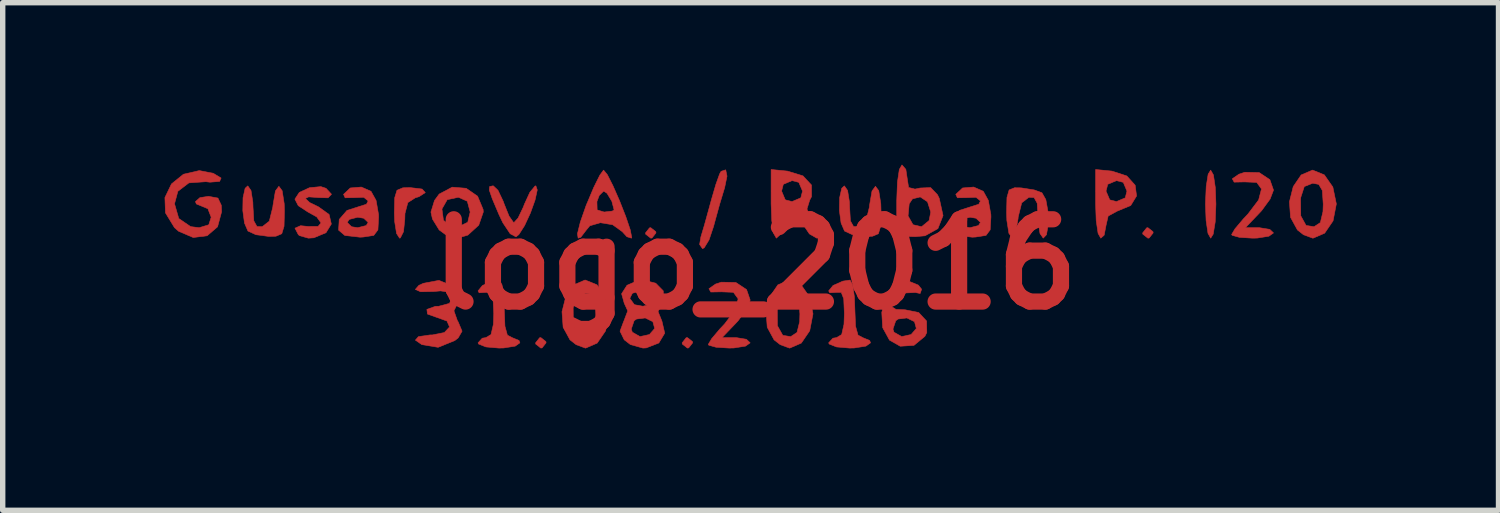
<source format=kicad_pcb>
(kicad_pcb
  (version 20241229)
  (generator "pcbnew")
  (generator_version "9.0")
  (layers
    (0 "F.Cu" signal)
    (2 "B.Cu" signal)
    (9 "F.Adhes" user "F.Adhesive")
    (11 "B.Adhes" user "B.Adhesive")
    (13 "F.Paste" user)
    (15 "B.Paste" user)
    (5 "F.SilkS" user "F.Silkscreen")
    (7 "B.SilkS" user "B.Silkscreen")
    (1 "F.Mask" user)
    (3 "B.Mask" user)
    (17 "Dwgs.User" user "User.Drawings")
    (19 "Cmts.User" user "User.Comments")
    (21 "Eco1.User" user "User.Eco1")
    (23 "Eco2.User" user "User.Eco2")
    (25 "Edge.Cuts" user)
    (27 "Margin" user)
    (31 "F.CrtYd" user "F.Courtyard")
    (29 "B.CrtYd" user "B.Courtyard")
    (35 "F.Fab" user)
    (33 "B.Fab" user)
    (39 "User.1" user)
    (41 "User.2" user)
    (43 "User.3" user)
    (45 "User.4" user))
  (footprint "logo_2016"
    (layer "F.Cu")
    (at 10.944 1.847)
    (property "Reference" "logo_2016" (at 0 0 0) (layer "F.Cu") (effects (font (size 1.524 1.524) (thickness 0.3))))
    (attr through_hole)
    (fp_poly (pts (xy -3.881 1.431) (xy -3.878 1.454) (xy -3.952 1.548) (xy -3.975 1.551) (xy -4.069 1.477) (xy -4.072 1.454) (xy -3.998 1.36) (xy -3.975 1.357) (xy -3.881 1.431)) (stroke (width 0.01) (type solid)) (fill yes) (layer "F.Cu"))
    (fp_poly (pts (xy -1.845 -0.605) (xy -1.842 -0.582) (xy -1.916 -0.488) (xy -1.939 -0.485) (xy -2.033 -0.559) (xy -2.036 -0.582) (xy -1.962 -0.676) (xy -1.939 -0.679) (xy -1.845 -0.605)) (stroke (width 0.01) (type solid)) (fill yes) (layer "F.Cu"))
    (fp_poly (pts (xy -1.166 1.431) (xy -1.163 1.454) (xy -1.237 1.548) (xy -1.26 1.551) (xy -1.354 1.477) (xy -1.357 1.454) (xy -1.283 1.36) (xy -1.26 1.357) (xy -1.166 1.431)) (stroke (width 0.01) (type solid)) (fill yes) (layer "F.Cu"))
    (fp_poly (pts (xy 7.365 -0.605) (xy 7.368 -0.582) (xy 7.294 -0.488) (xy 7.271 -0.485) (xy 7.177 -0.559) (xy 7.174 -0.582) (xy 7.248 -0.676) (xy 7.271 -0.679) (xy 7.365 -0.605)) (stroke (width 0.01) (type solid)) (fill yes) (layer "F.Cu"))
    (fp_poly (pts (xy 8.485 -1.656) (xy 8.52 -1.42) (xy 8.531 -1.115) (xy 8.518 -0.786) (xy 8.481 -0.56) (xy 8.434 -0.485) (xy 8.384 -0.574) (xy 8.349 -0.81) (xy 8.337 -1.115) (xy 8.351 -1.444) (xy 8.387 -1.67) (xy 8.434 -1.745) (xy 8.485 -1.656)) (stroke (width 0.01) (type solid)) (fill yes) (layer "F.Cu"))
    (fp_poly (pts (xy -6.175 -1.395) (xy -6.115 -1.33) (xy -6.231 -1.254) (xy -6.302 -1.232) (xy -6.439 -1.144) (xy -6.492 -0.942) (xy -6.495 -0.833) (xy -6.519 -0.605) (xy -6.578 -0.489) (xy -6.592 -0.485) (xy -6.648 -0.572) (xy -6.683 -0.794) (xy -6.689 -0.953) (xy -6.682 -1.234) (xy -6.64 -1.372) (xy -6.532 -1.418) (xy -6.398 -1.422) (xy -6.175 -1.395)) (stroke (width 0.01) (type solid)) (fill yes) (layer "F.Cu"))
    (fp_poly (pts (xy -0.526 -1.634) (xy -0.572 -1.411) (xy -0.577 -1.397) (xy -0.662 -1.116) (xy -0.755 -0.778) (xy -0.775 -0.703) (xy -0.859 -0.453) (xy -0.948 -0.307) (xy -0.98 -0.291) (xy -1.034 -0.368) (xy -1.01 -0.509) (xy -0.943 -0.733) (xy -0.856 -1.048) (xy -0.815 -1.198) (xy -0.733 -1.479) (xy -0.663 -1.675) (xy -0.636 -1.723) (xy -0.55 -1.751) (xy -0.526 -1.634)) (stroke (width 0.01) (type solid)) (fill yes) (layer "F.Cu"))
    (fp_poly (pts (xy -9.344 -1.368) (xy -9.31 -1.153) (xy -9.307 -1.059) (xy -9.292 -0.806) (xy -9.234 -0.701) (xy -9.137 -0.697) (xy -9.005 -0.8) (xy -8.94 -1.062) (xy -8.937 -1.091) (xy -8.892 -1.359) (xy -8.828 -1.446) (xy -8.767 -1.364) (xy -8.729 -1.123) (xy -8.725 -0.986) (xy -8.732 -0.705) (xy -8.774 -0.567) (xy -8.882 -0.521) (xy -9.013 -0.517) (xy -9.253 -0.549) (xy -9.401 -0.617) (xy -9.465 -0.765) (xy -9.496 -0.995) (xy -9.492 -1.234) (xy -9.453 -1.409) (xy -9.404 -1.454) (xy -9.344 -1.368)) (stroke (width 0.01) (type solid)) (fill yes) (layer "F.Cu"))
    (fp_poly (pts (xy 1.708 -1.368) (xy 1.742 -1.153) (xy 1.745 -1.059) (xy 1.76 -0.806) (xy 1.818 -0.701) (xy 1.915 -0.697) (xy 2.047 -0.8) (xy 2.112 -1.062) (xy 2.114 -1.091) (xy 2.16 -1.359) (xy 2.224 -1.446) (xy 2.285 -1.364) (xy 2.323 -1.123) (xy 2.327 -0.986) (xy 2.32 -0.705) (xy 2.278 -0.567) (xy 2.17 -0.521) (xy 2.039 -0.517) (xy 1.798 -0.549) (xy 1.651 -0.617) (xy 1.587 -0.765) (xy 1.556 -0.995) (xy 1.56 -1.234) (xy 1.599 -1.409) (xy 1.648 -1.454) (xy 1.708 -1.368)) (stroke (width 0.01) (type solid)) (fill yes) (layer "F.Cu"))
    (fp_poly (pts (xy 4.92 -1.417) (xy 5.164 -1.379) (xy 5.308 -1.326) (xy 5.38 -1.199) (xy 5.42 -0.978) (xy 5.425 -0.737) (xy 5.392 -0.549) (xy 5.332 -0.485) (xy 5.272 -0.571) (xy 5.238 -0.786) (xy 5.235 -0.88) (xy 5.22 -1.133) (xy 5.162 -1.237) (xy 5.065 -1.242) (xy 4.933 -1.139) (xy 4.868 -0.877) (xy 4.866 -0.847) (xy 4.82 -0.58) (xy 4.757 -0.493) (xy 4.696 -0.574) (xy 4.658 -0.813) (xy 4.653 -0.958) (xy 4.66 -1.24) (xy 4.7 -1.378) (xy 4.801 -1.419) (xy 4.92 -1.417)) (stroke (width 0.01) (type solid)) (fill yes) (layer "F.Cu"))
    (fp_poly (pts (xy -5.359 -1.409) (xy -5.147 -1.263) (xy -5.044 -1.017) (xy -5.041 -0.969) (xy -5.125 -0.726) (xy -5.328 -0.541) (xy -5.526 -0.485) (xy -5.739 -0.55) (xy -5.858 -0.637) (xy -5.983 -0.84) (xy -6.011 -0.969) (xy -5.993 -1.026) (xy -5.807 -1.026) (xy -5.779 -0.817) (xy -5.643 -0.704) (xy -5.502 -0.696) (xy -5.329 -0.78) (xy -5.284 -0.969) (xy -5.337 -1.169) (xy -5.502 -1.243) (xy -5.709 -1.198) (xy -5.807 -1.026) (xy -5.993 -1.026) (xy -5.945 -1.183) (xy -5.858 -1.302) (xy -5.617 -1.43) (xy -5.359 -1.409)) (stroke (width 0.01) (type solid)) (fill yes) (layer "F.Cu"))
    (fp_poly (pts (xy -4.041 -1.378) (xy -4.082 -1.191) (xy -4.168 -0.951) (xy -4.276 -0.718) (xy -4.382 -0.552) (xy -4.435 -0.509) (xy -4.543 -0.567) (xy -4.679 -0.771) (xy -4.75 -0.921) (xy -4.875 -1.216) (xy -4.93 -1.376) (xy -4.924 -1.441) (xy -4.865 -1.454) (xy -4.855 -1.454) (xy -4.769 -1.372) (xy -4.672 -1.168) (xy -4.653 -1.115) (xy -4.564 -0.894) (xy -4.484 -0.78) (xy -4.471 -0.776) (xy -4.397 -0.857) (xy -4.3 -1.059) (xy -4.279 -1.115) (xy -4.178 -1.335) (xy -4.083 -1.45) (xy -4.067 -1.454) (xy -4.041 -1.378)) (stroke (width 0.01) (type solid)) (fill yes) (layer "F.Cu"))
    (fp_poly (pts (xy 6.607 -1.727) (xy 6.881 -1.637) (xy 7.035 -1.466) (xy 7.061 -1.267) (xy 6.953 -1.09) (xy 6.705 -0.987) (xy 6.704 -0.987) (xy 6.535 -0.895) (xy 6.495 -0.72) (xy 6.461 -0.541) (xy 6.398 -0.485) (xy 6.348 -0.574) (xy 6.313 -0.81) (xy 6.302 -1.121) (xy 6.302 -1.357) (xy 6.495 -1.357) (xy 6.564 -1.195) (xy 6.689 -1.163) (xy 6.851 -1.232) (xy 6.883 -1.357) (xy 6.815 -1.519) (xy 6.689 -1.551) (xy 6.527 -1.483) (xy 6.495 -1.357) (xy 6.302 -1.357) (xy 6.302 -1.757) (xy 6.607 -1.727)) (stroke (width 0.01) (type solid)) (fill yes) (layer "F.Cu"))
    (fp_poly (pts (xy -7.955 -1.409) (xy -7.853 -1.299) (xy -7.917 -1.232) (xy -8.095 -1.237) (xy -8.275 -1.25) (xy -8.337 -1.221) (xy -8.258 -1.145) (xy -8.095 -1.066) (xy -7.897 -0.924) (xy -7.856 -0.747) (xy -7.955 -0.586) (xy -8.18 -0.492) (xy -8.281 -0.485) (xy -8.443 -0.531) (xy -8.467 -0.549) (xy -8.53 -0.67) (xy -8.426 -0.716) (xy -8.289 -0.702) (xy -8.101 -0.703) (xy -8.047 -0.767) (xy -8.127 -0.879) (xy -8.289 -0.969) (xy -8.469 -1.087) (xy -8.531 -1.208) (xy -8.449 -1.333) (xy -8.26 -1.42) (xy -8.05 -1.44) (xy -7.955 -1.409)) (stroke (width 0.01) (type solid)) (fill yes) (layer "F.Cu"))
    (fp_poly (pts (xy -4.694 0.379) (xy -4.661 0.605) (xy -4.653 0.824) (xy -4.64 1.146) (xy -4.595 1.311) (xy -4.508 1.357) (xy -4.379 1.41) (xy -4.363 1.454) (xy -4.449 1.515) (xy -4.663 1.549) (xy -4.75 1.551) (xy -4.993 1.53) (xy -5.128 1.476) (xy -5.138 1.454) (xy -5.06 1.368) (xy -4.993 1.357) (xy -4.898 1.301) (xy -4.854 1.111) (xy -4.847 0.911) (xy -4.86 0.637) (xy -4.906 0.52) (xy -4.993 0.52) (xy -5.118 0.527) (xy -5.138 0.492) (xy -5.057 0.392) (xy -4.877 0.311) (xy -4.742 0.291) (xy -4.694 0.379)) (stroke (width 0.01) (type solid)) (fill yes) (layer "F.Cu"))
    (fp_poly (pts (xy -0.362 0.336) (xy -0.164 0.467) (xy -0.097 0.661) (xy -0.16 0.826) (xy -0.316 1.04) (xy -0.357 1.085) (xy -0.618 1.357) (xy -0.357 1.357) (xy -0.167 1.388) (xy -0.097 1.454) (xy -0.183 1.515) (xy -0.398 1.549) (xy -0.485 1.551) (xy -0.728 1.536) (xy -0.863 1.498) (xy -0.873 1.483) (xy -0.811 1.378) (xy -0.655 1.193) (xy -0.569 1.102) (xy -0.373 0.843) (xy -0.32 0.639) (xy -0.407 0.518) (xy -0.631 0.509) (xy -0.826 0.513) (xy -0.861 0.451) (xy -0.738 0.365) (xy -0.629 0.33) (xy -0.362 0.336)) (stroke (width 0.01) (type solid)) (fill yes) (layer "F.Cu"))
    (fp_poly (pts (xy 1.802 0.379) (xy 1.834 0.605) (xy 1.842 0.824) (xy 1.855 1.146) (xy 1.901 1.311) (xy 1.987 1.357) (xy 2.116 1.41) (xy 2.133 1.454) (xy 2.047 1.515) (xy 1.832 1.549) (xy 1.745 1.551) (xy 1.502 1.53) (xy 1.367 1.476) (xy 1.357 1.454) (xy 1.436 1.368) (xy 1.503 1.357) (xy 1.598 1.301) (xy 1.641 1.111) (xy 1.648 0.911) (xy 1.636 0.637) (xy 1.59 0.52) (xy 1.503 0.52) (xy 1.378 0.527) (xy 1.357 0.492) (xy 1.438 0.392) (xy 1.619 0.311) (xy 1.753 0.291) (xy 1.802 0.379)) (stroke (width 0.01) (type solid)) (fill yes) (layer "F.Cu"))
    (fp_poly (pts (xy 9.333 -1.7) (xy 9.53 -1.569) (xy 9.598 -1.375) (xy 9.535 -1.21) (xy 9.378 -0.995) (xy 9.337 -0.951) (xy 9.077 -0.679) (xy 9.337 -0.679) (xy 9.528 -0.648) (xy 9.598 -0.582) (xy 9.512 -0.521) (xy 9.297 -0.487) (xy 9.21 -0.485) (xy 8.967 -0.5) (xy 8.832 -0.538) (xy 8.822 -0.553) (xy 8.884 -0.658) (xy 9.04 -0.843) (xy 9.126 -0.934) (xy 9.322 -1.193) (xy 9.375 -1.397) (xy 9.287 -1.518) (xy 9.063 -1.527) (xy 8.869 -1.523) (xy 8.834 -1.585) (xy 8.957 -1.67) (xy 9.066 -1.706) (xy 9.333 -1.7)) (stroke (width 0.01) (type solid)) (fill yes) (layer "F.Cu"))
    (fp_poly (pts (xy 2.787 -1.759) (xy 2.811 -1.598) (xy 2.838 -1.424) (xy 2.956 -1.394) (xy 3.051 -1.414) (xy 3.246 -1.422) (xy 3.372 -1.291) (xy 3.406 -1.222) (xy 3.476 -0.903) (xy 3.381 -0.662) (xy 3.142 -0.529) (xy 2.963 -0.513) (xy 2.618 -0.523) (xy 2.618 -0.897) (xy 2.828 -0.897) (xy 2.92 -0.734) (xy 3.078 -0.697) (xy 3.218 -0.812) (xy 3.248 -0.969) (xy 3.188 -1.159) (xy 3.053 -1.249) (xy 2.91 -1.213) (xy 2.849 -1.122) (xy 2.828 -0.897) (xy 2.618 -0.897) (xy 2.618 -1.183) (xy 2.631 -1.523) (xy 2.666 -1.758) (xy 2.715 -1.842) (xy 2.787 -1.759)) (stroke (width 0.01) (type solid)) (fill yes) (layer "F.Cu"))
    (fp_poly (pts (xy -2.936 0.378) (xy -2.778 0.603) (xy -2.715 0.912) (xy -2.715 0.921) (xy -2.775 1.231) (xy -2.931 1.459) (xy -3.144 1.551) (xy -3.151 1.551) (xy -3.321 1.488) (xy -3.435 1.399) (xy -3.562 1.165) (xy -3.583 0.877) (xy -3.565 0.808) (xy -3.376 0.808) (xy -3.373 1.138) (xy -3.274 1.315) (xy -3.127 1.339) (xy -3.01 1.261) (xy -2.961 1.06) (xy -2.957 0.92) (xy -2.973 0.666) (xy -3.039 0.555) (xy -3.151 0.533) (xy -3.307 0.595) (xy -3.376 0.805) (xy -3.376 0.808) (xy -3.565 0.808) (xy -3.512 0.596) (xy -3.365 0.38) (xy -3.158 0.291) (xy -3.151 0.291) (xy -2.936 0.378)) (stroke (width 0.01) (type solid)) (fill yes) (layer "F.Cu"))
    (fp_poly (pts (xy 0.845 0.378) (xy 1.003 0.603) (xy 1.066 0.912) (xy 1.066 0.921) (xy 1.006 1.231) (xy 0.85 1.459) (xy 0.637 1.551) (xy 0.63 1.551) (xy 0.46 1.488) (xy 0.346 1.399) (xy 0.219 1.165) (xy 0.198 0.877) (xy 0.215 0.808) (xy 0.405 0.808) (xy 0.408 1.138) (xy 0.507 1.315) (xy 0.654 1.339) (xy 0.771 1.261) (xy 0.82 1.06) (xy 0.824 0.92) (xy 0.808 0.666) (xy 0.742 0.555) (xy 0.63 0.533) (xy 0.474 0.595) (xy 0.405 0.805) (xy 0.405 0.808) (xy 0.215 0.808) (xy 0.269 0.596) (xy 0.416 0.38) (xy 0.623 0.291) (xy 0.63 0.291) (xy 0.845 0.378)) (stroke (width 0.01) (type solid)) (fill yes) (layer "F.Cu"))
    (fp_poly (pts (xy 10.539 -1.658) (xy 10.697 -1.432) (xy 10.761 -1.124) (xy 10.761 -1.115) (xy 10.701 -0.805) (xy 10.545 -0.577) (xy 10.331 -0.485) (xy 10.325 -0.485) (xy 10.154 -0.548) (xy 10.041 -0.637) (xy 9.913 -0.871) (xy 9.893 -1.158) (xy 9.91 -1.228) (xy 10.099 -1.228) (xy 10.103 -0.898) (xy 10.201 -0.721) (xy 10.349 -0.697) (xy 10.466 -0.774) (xy 10.514 -0.976) (xy 10.519 -1.116) (xy 10.502 -1.369) (xy 10.436 -1.481) (xy 10.325 -1.503) (xy 10.168 -1.441) (xy 10.1 -1.231) (xy 10.099 -1.228) (xy 9.91 -1.228) (xy 9.963 -1.44) (xy 10.11 -1.656) (xy 10.318 -1.745) (xy 10.325 -1.745) (xy 10.539 -1.658)) (stroke (width 0.01) (type solid)) (fill yes) (layer "F.Cu"))
    (fp_poly (pts (xy -10.042 -1.686) (xy -9.898 -1.599) (xy -9.926 -1.536) (xy -10.104 -1.522) (xy -10.18 -1.531) (xy -10.495 -1.509) (xy -10.699 -1.353) (xy -10.761 -1.122) (xy -10.682 -0.849) (xy -10.462 -0.699) (xy -10.305 -0.679) (xy -10.126 -0.733) (xy -10.082 -0.873) (xy -10.143 -1.03) (xy -10.228 -1.066) (xy -10.357 -1.119) (xy -10.373 -1.163) (xy -10.29 -1.236) (xy -10.131 -1.26) (xy -9.957 -1.228) (xy -9.894 -1.094) (xy -9.889 -0.973) (xy -9.964 -0.695) (xy -10.156 -0.53) (xy -10.414 -0.497) (xy -10.684 -0.612) (xy -10.761 -0.679) (xy -10.929 -0.954) (xy -10.939 -1.237) (xy -10.818 -1.489) (xy -10.596 -1.669) (xy -10.302 -1.737) (xy -10.042 -1.686)) (stroke (width 0.01) (type solid)) (fill yes) (layer "F.Cu"))
    (fp_poly (pts (xy -7.121 -1.353) (xy -7.027 -1.184) (xy -6.981 -0.921) (xy -6.98 -0.876) (xy -6.993 -0.639) (xy -7.07 -0.536) (xy -7.266 -0.506) (xy -7.324 -0.503) (xy -7.606 -0.535) (xy -7.722 -0.634) (xy -7.713 -0.776) (xy -7.562 -0.776) (xy -7.481 -0.697) (xy -7.368 -0.679) (xy -7.21 -0.719) (xy -7.174 -0.776) (xy -7.255 -0.854) (xy -7.368 -0.873) (xy -7.525 -0.832) (xy -7.562 -0.776) (xy -7.713 -0.776) (xy -7.71 -0.832) (xy -7.566 -0.999) (xy -7.356 -1.066) (xy -7.205 -1.114) (xy -7.174 -1.175) (xy -7.255 -1.242) (xy -7.42 -1.236) (xy -7.601 -1.233) (xy -7.63 -1.297) (xy -7.505 -1.415) (xy -7.3 -1.432) (xy -7.121 -1.353)) (stroke (width 0.01) (type solid)) (fill yes) (layer "F.Cu"))
    (fp_poly (pts (xy 4.222 -1.353) (xy 4.315 -1.184) (xy 4.362 -0.921) (xy 4.363 -0.876) (xy 4.349 -0.639) (xy 4.272 -0.536) (xy 4.077 -0.506) (xy 4.019 -0.503) (xy 3.737 -0.535) (xy 3.621 -0.634) (xy 3.629 -0.776) (xy 3.781 -0.776) (xy 3.862 -0.697) (xy 3.975 -0.679) (xy 4.132 -0.719) (xy 4.169 -0.776) (xy 4.088 -0.854) (xy 3.975 -0.873) (xy 3.817 -0.832) (xy 3.781 -0.776) (xy 3.629 -0.776) (xy 3.633 -0.832) (xy 3.777 -0.999) (xy 3.987 -1.066) (xy 4.138 -1.114) (xy 4.169 -1.175) (xy 4.087 -1.242) (xy 3.922 -1.236) (xy 3.742 -1.233) (xy 3.712 -1.297) (xy 3.838 -1.415) (xy 4.043 -1.432) (xy 4.222 -1.353)) (stroke (width 0.01) (type solid)) (fill yes) (layer "F.Cu"))
    (fp_poly (pts (xy 0.596 -1.727) (xy 0.881 -1.639) (xy 1.039 -1.469) (xy 1.04 -1.255) (xy 1.005 -1.188) (xy 0.955 -1.025) (xy 1.031 -0.833) (xy 1.085 -0.751) (xy 1.197 -0.567) (xy 1.183 -0.492) (xy 1.137 -0.485) (xy 1 -0.564) (xy 0.89 -0.727) (xy 0.76 -0.906) (xy 0.632 -0.969) (xy 0.513 -0.885) (xy 0.485 -0.727) (xy 0.452 -0.545) (xy 0.388 -0.485) (xy 0.337 -0.574) (xy 0.303 -0.81) (xy 0.291 -1.121) (xy 0.291 -1.357) (xy 0.485 -1.357) (xy 0.553 -1.195) (xy 0.679 -1.163) (xy 0.841 -1.232) (xy 0.873 -1.357) (xy 0.804 -1.519) (xy 0.679 -1.551) (xy 0.517 -1.483) (xy 0.485 -1.357) (xy 0.291 -1.357) (xy 0.291 -1.757) (xy 0.596 -1.727)) (stroke (width 0.01) (type solid)) (fill yes) (layer "F.Cu"))
    (fp_poly (pts (xy 2.837 0.31) (xy 3.019 0.385) (xy 3.079 0.461) (xy 3.052 0.54) (xy 2.964 0.522) (xy 2.78 0.53) (xy 2.6 0.635) (xy 2.521 0.781) (xy 2.603 0.834) (xy 2.774 0.842) (xy 3.024 0.892) (xy 3.171 1.05) (xy 3.175 1.263) (xy 3.14 1.333) (xy 2.937 1.501) (xy 2.683 1.517) (xy 2.484 1.404) (xy 2.372 1.199) (xy 2.548 1.199) (xy 2.567 1.257) (xy 2.709 1.338) (xy 2.884 1.3) (xy 2.981 1.188) (xy 2.947 1.062) (xy 2.806 0.993) (xy 2.644 1.013) (xy 2.6 1.045) (xy 2.548 1.199) (xy 2.372 1.199) (xy 2.357 1.172) (xy 2.341 0.89) (xy 2.417 0.614) (xy 2.567 0.401) (xy 2.773 0.307) (xy 2.837 0.31)) (stroke (width 0.01) (type solid)) (fill yes) (layer "F.Cu"))
    (fp_poly (pts (xy -5.604 0.404) (xy -5.572 0.426) (xy -5.449 0.552) (xy -5.487 0.679) (xy -5.511 0.709) (xy -5.585 0.861) (xy -5.522 1.041) (xy -5.507 1.065) (xy -5.434 1.238) (xy -5.506 1.362) (xy -5.569 1.412) (xy -5.878 1.537) (xy -6.18 1.487) (xy -6.299 1.404) (xy -6.242 1.339) (xy -6.03 1.308) (xy -5.986 1.308) (xy -5.762 1.263) (xy -5.666 1.16) (xy -5.714 1.05) (xy -5.89 0.987) (xy -6.075 0.921) (xy -6.086 0.834) (xy -5.929 0.778) (xy -5.865 0.776) (xy -5.667 0.723) (xy -5.623 0.62) (xy -5.668 0.516) (xy -5.832 0.492) (xy -5.962 0.503) (xy -6.203 0.508) (xy -6.3 0.464) (xy -6.233 0.388) (xy -6.148 0.35) (xy -5.862 0.297) (xy -5.604 0.404)) (stroke (width 0.01) (type solid)) (fill yes) (layer "F.Cu"))
    (fp_poly (pts (xy -2.744 -1.663) (xy -2.638 -1.454) (xy -2.516 -1.176) (xy -2.402 -0.886) (xy -2.319 -0.641) (xy -2.291 -0.498) (xy -2.296 -0.485) (xy -2.381 -0.512) (xy -2.467 -0.606) (xy -2.645 -0.734) (xy -2.873 -0.771) (xy -3.068 -0.714) (xy -3.137 -0.63) (xy -3.235 -0.502) (xy -3.284 -0.485) (xy -3.297 -0.566) (xy -3.244 -0.781) (xy -3.138 -1.085) (xy -3.126 -1.115) (xy -3.105 -1.163) (xy -2.936 -1.163) (xy -2.932 -1.008) (xy -2.802 -0.969) (xy -2.65 -0.987) (xy -2.618 -1.01) (xy -2.66 -1.169) (xy -2.749 -1.316) (xy -2.811 -1.357) (xy -2.893 -1.277) (xy -2.936 -1.163) (xy -3.105 -1.163) (xy -2.994 -1.427) (xy -2.882 -1.652) (xy -2.814 -1.745) (xy -2.812 -1.745) (xy -2.744 -1.663)) (stroke (width 0.01) (type solid)) (fill yes) (layer "F.Cu"))
    (fp_poly (pts (xy -1.847 0.349) (xy -1.707 0.491) (xy -1.704 0.666) (xy -1.739 0.72) (xy -1.803 0.877) (xy -1.732 1.051) (xy -1.68 1.275) (xy -1.789 1.457) (xy -2.023 1.548) (xy -2.084 1.551) (xy -2.316 1.486) (xy -2.43 1.398) (xy -2.508 1.238) (xy -2.493 1.199) (xy -2.3 1.199) (xy -2.28 1.257) (xy -2.138 1.338) (xy -1.963 1.3) (xy -1.866 1.188) (xy -1.9 1.062) (xy -2.041 0.993) (xy -2.203 1.013) (xy -2.247 1.045) (xy -2.3 1.199) (xy -2.493 1.199) (xy -2.44 1.056) (xy -2.437 1.051) (xy -2.365 0.862) (xy -2.43 0.72) (xy -2.455 0.63) (xy -2.327 0.63) (xy -2.242 0.747) (xy -2.084 0.776) (xy -1.889 0.725) (xy -1.842 0.63) (xy -1.926 0.513) (xy -2.084 0.485) (xy -2.279 0.535) (xy -2.327 0.63) (xy -2.455 0.63) (xy -2.479 0.545) (xy -2.378 0.387) (xy -2.167 0.297) (xy -2.084 0.291) (xy -1.847 0.349)) (stroke (width 0.01) (type solid)) (fill yes) (layer "F.Cu")))
  (gr_rect
    (start -3 -3)
    (end 24.71 6.403)
    (stroke (width 0.1) (type default))
    (fill no)
    (layer "Edge.Cuts")))
</source>
